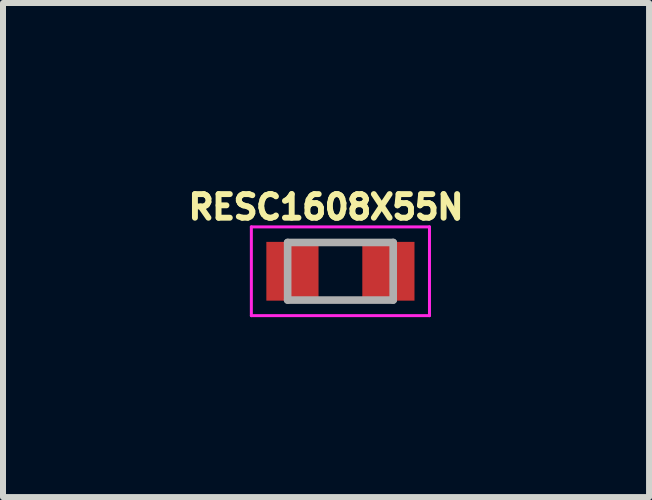
<source format=kicad_pcb>
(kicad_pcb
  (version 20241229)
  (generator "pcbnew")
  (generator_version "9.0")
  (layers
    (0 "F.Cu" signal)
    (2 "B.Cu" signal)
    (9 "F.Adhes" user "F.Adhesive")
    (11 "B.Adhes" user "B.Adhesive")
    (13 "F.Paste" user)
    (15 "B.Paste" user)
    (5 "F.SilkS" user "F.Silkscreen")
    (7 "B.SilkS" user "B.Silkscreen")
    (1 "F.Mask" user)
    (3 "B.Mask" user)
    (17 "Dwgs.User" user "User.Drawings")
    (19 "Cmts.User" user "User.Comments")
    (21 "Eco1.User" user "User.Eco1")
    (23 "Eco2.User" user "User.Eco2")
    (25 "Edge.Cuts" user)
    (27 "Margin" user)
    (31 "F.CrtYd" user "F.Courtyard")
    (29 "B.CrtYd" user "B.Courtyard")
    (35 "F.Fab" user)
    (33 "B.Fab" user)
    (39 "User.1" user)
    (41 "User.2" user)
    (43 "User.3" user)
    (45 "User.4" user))
  (footprint "RESC1608X55N"
    (layer "F.Cu")
    (at 2.626 1.473)
    (property "Reference" "RESC1608X55N" (at -0.24 -1.07 0) (layer "F.SilkS") (effects (font (size 0.394 0.394) (thickness 0.15))))
    (attr smd)
    (fp_line (start -1.485 -0.74) (end 1.485 -0.74) (stroke (width 0.05) (type solid)) (layer "F.CrtYd"))
    (fp_line (start -1.485 0.74) (end -1.485 -0.74) (stroke (width 0.05) (type solid)) (layer "F.CrtYd"))
    (fp_line (start -1.485 0.74) (end 1.485 0.74) (stroke (width 0.05) (type solid)) (layer "F.CrtYd"))
    (fp_line (start 1.485 0.74) (end 1.485 -0.74) (stroke (width 0.05) (type solid)) (layer "F.CrtYd"))
    (fp_line (start -0.88 0.48) (end -0.88 -0.48) (stroke (width 0.127) (type solid)) (layer "F.Fab"))
    (fp_line (start 0.88 -0.48) (end -0.88 -0.48) (stroke (width 0.127) (type solid)) (layer "F.Fab"))
    (fp_line (start 0.88 0.48) (end -0.88 0.48) (stroke (width 0.127) (type solid)) (layer "F.Fab"))
    (fp_line (start 0.88 0.48) (end 0.88 -0.48) (stroke (width 0.127) (type solid)) (layer "F.Fab"))
    (pad "1" smd rect (at -0.8 0) (size 0.87 0.98) (layers "F.Cu" "F.Mask" "F.Paste"))
    (pad "2" smd rect (at 0.8 0) (size 0.87 0.98) (layers "F.Cu" "F.Mask" "F.Paste")))
  (gr_rect
    (start -3 -3)
    (end 7.772 5.238)
    (stroke (width 0.1) (type default))
    (fill no)
    (layer "Edge.Cuts")))
</source>
